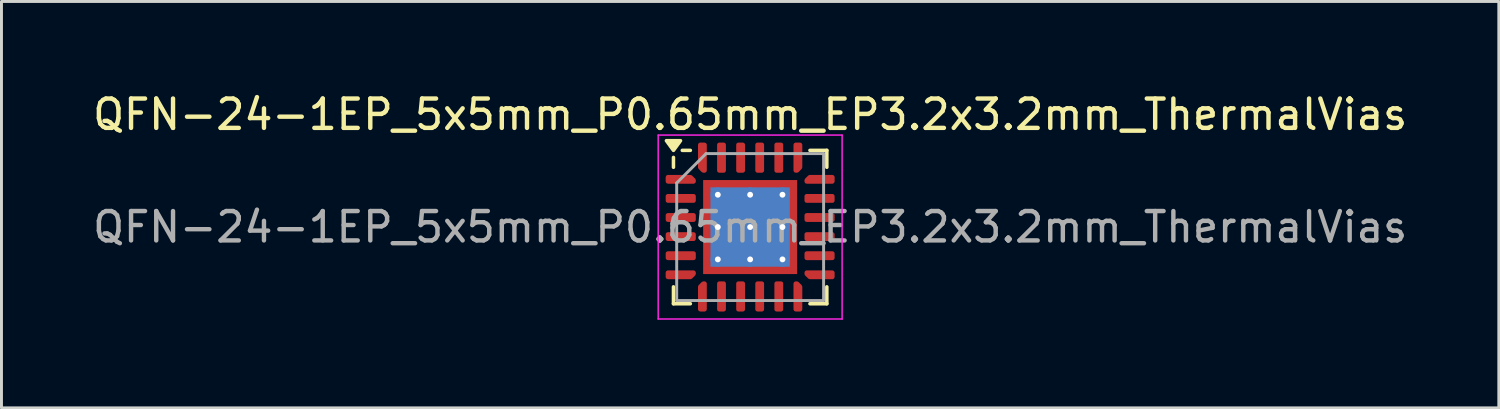
<source format=kicad_pcb>
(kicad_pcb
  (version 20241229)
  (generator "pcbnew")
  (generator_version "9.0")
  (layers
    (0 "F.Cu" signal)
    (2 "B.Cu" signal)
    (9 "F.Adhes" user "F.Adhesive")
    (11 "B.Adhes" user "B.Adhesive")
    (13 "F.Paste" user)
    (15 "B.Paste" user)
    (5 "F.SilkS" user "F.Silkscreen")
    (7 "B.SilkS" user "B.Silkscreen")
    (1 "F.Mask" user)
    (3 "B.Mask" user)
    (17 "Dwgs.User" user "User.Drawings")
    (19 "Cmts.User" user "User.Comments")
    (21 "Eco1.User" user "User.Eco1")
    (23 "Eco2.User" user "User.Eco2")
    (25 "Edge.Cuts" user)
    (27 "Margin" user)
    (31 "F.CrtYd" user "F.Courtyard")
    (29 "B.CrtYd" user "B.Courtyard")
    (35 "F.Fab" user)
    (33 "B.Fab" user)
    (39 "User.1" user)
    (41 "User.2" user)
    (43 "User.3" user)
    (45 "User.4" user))
  (footprint "QFN-24-1EP_5x5mm_P0.65mm_EP3.2x3.2mm_ThermalVias"
    (layer "F.Cu")
    (at 22.482 4.678)
    (property "Reference" "QFN-24-1EP_5x5mm_P0.65mm_EP3.2x3.2mm_ThermalVias" (at 0 -3.83 0) (layer "F.SilkS") (effects (font (size 1 1) (thickness 0.15))))
    (attr smd)
    (fp_line (start -2.61 -2.035) (end -2.61 -2.37) (stroke (width 0.12) (type solid)) (layer "F.SilkS"))
    (fp_line (start -2.61 2.61) (end -2.61 2.035) (stroke (width 0.12) (type solid)) (layer "F.SilkS"))
    (fp_line (start -2.035 -2.61) (end -2.31 -2.61) (stroke (width 0.12) (type solid)) (layer "F.SilkS"))
    (fp_line (start -2.035 2.61) (end -2.61 2.61) (stroke (width 0.12) (type solid)) (layer "F.SilkS"))
    (fp_line (start 2.035 -2.61) (end 2.61 -2.61) (stroke (width 0.12) (type solid)) (layer "F.SilkS"))
    (fp_line (start 2.035 2.61) (end 2.61 2.61) (stroke (width 0.12) (type solid)) (layer "F.SilkS"))
    (fp_line (start 2.61 -2.61) (end 2.61 -2.035) (stroke (width 0.12) (type solid)) (layer "F.SilkS"))
    (fp_line (start 2.61 2.61) (end 2.61 2.035) (stroke (width 0.12) (type solid)) (layer "F.SilkS"))
    (fp_poly (pts (xy -2.61 -2.61) (xy -2.85 -2.94) (xy -2.37 -2.94) (xy -2.61 -2.61)) (stroke (width 0.12) (type solid)) (fill yes) (layer "F.SilkS"))
    (fp_line (start -3.13 -3.13) (end -3.13 3.13) (stroke (width 0.05) (type solid)) (layer "F.CrtYd"))
    (fp_line (start -3.13 3.13) (end 3.13 3.13) (stroke (width 0.05) (type solid)) (layer "F.CrtYd"))
    (fp_line (start 3.13 -3.13) (end -3.13 -3.13) (stroke (width 0.05) (type solid)) (layer "F.CrtYd"))
    (fp_line (start 3.13 3.13) (end 3.13 -3.13) (stroke (width 0.05) (type solid)) (layer "F.CrtYd"))
    (fp_line (start -2.5 -1.5) (end -1.5 -2.5) (stroke (width 0.1) (type solid)) (layer "F.Fab"))
    (fp_line (start -2.5 2.5) (end -2.5 -1.5) (stroke (width 0.1) (type solid)) (layer "F.Fab"))
    (fp_line (start -1.5 -2.5) (end 2.5 -2.5) (stroke (width 0.1) (type solid)) (layer "F.Fab"))
    (fp_line (start 2.5 -2.5) (end 2.5 2.5) (stroke (width 0.1) (type solid)) (layer "F.Fab"))
    (fp_line (start 2.5 2.5) (end -2.5 2.5) (stroke (width 0.1) (type solid)) (layer "F.Fab"))
    (fp_text user "${REFERENCE}" (at 0 0 0) (layer "F.Fab") (effects (font (size 1 1) (thickness 0.15))))
    (pad "" smd custom (at -1.35 -1.35) (size 0.272 0.272) (layers "F.Paste") (options (anchor circle)) (primitives (gr_poly (pts (xy -0.101 -0.101) (xy 0.101 -0.101) (xy 0.101 -0.026) (xy -0.026 0.101) (xy -0.101 0.101)) (width 0.202) (fill yes))))
    (pad "" smd custom (at -1.35 -0.55) (size 0.313 0.313) (layers "F.Paste") (options (anchor circle)) (primitives (gr_poly (pts (xy -0.111 -0.353) (xy 0.036 -0.353) (xy 0.111 -0.278) (xy 0.111 0.278) (xy 0.036 0.353) (xy -0.111 0.353)) (width 0.181) (fill yes))))
    (pad "" smd custom (at -1.35 0.55) (size 0.313 0.313) (layers "F.Paste") (options (anchor circle)) (primitives (gr_poly (pts (xy -0.111 -0.353) (xy 0.036 -0.353) (xy 0.111 -0.278) (xy 0.111 0.278) (xy 0.036 0.353) (xy -0.111 0.353)) (width 0.181) (fill yes))))
    (pad "" smd custom (at -1.35 1.35) (size 0.272 0.272) (layers "F.Paste") (options (anchor circle)) (primitives (gr_poly (pts (xy -0.101 -0.101) (xy -0.026 -0.101) (xy 0.101 0.026) (xy 0.101 0.101) (xy -0.101 0.101)) (width 0.202) (fill yes))))
    (pad "" smd custom (at -0.55 -1.35) (size 0.313 0.313) (layers "F.Paste") (options (anchor circle)) (primitives (gr_poly (pts (xy -0.353 -0.111) (xy 0.353 -0.111) (xy 0.353 0.036) (xy 0.278 0.111) (xy -0.278 0.111) (xy -0.353 0.036)) (width 0.181) (fill yes))))
    (pad "" smd roundrect (at -0.55 -0.55) (size 0.887 0.887) (layers "F.Paste") (roundrect_rratio 0.25))
    (pad "" smd roundrect (at -0.55 0.55) (size 0.887 0.887) (layers "F.Paste") (roundrect_rratio 0.25))
    (pad "" smd custom (at -0.55 1.35) (size 0.313 0.313) (layers "F.Paste") (options (anchor circle)) (primitives (gr_poly (pts (xy -0.353 -0.036) (xy -0.278 -0.111) (xy 0.278 -0.111) (xy 0.353 -0.036) (xy 0.353 0.111) (xy -0.353 0.111)) (width 0.181) (fill yes))))
    (pad "" smd custom (at 0.55 -1.35) (size 0.313 0.313) (layers "F.Paste") (options (anchor circle)) (primitives (gr_poly (pts (xy -0.353 -0.111) (xy 0.353 -0.111) (xy 0.353 0.036) (xy 0.278 0.111) (xy -0.278 0.111) (xy -0.353 0.036)) (width 0.181) (fill yes))))
    (pad "" smd roundrect (at 0.55 -0.55) (size 0.887 0.887) (layers "F.Paste") (roundrect_rratio 0.25))
    (pad "" smd roundrect (at 0.55 0.55) (size 0.887 0.887) (layers "F.Paste") (roundrect_rratio 0.25))
    (pad "" smd custom (at 0.55 1.35) (size 0.313 0.313) (layers "F.Paste") (options (anchor circle)) (primitives (gr_poly (pts (xy -0.353 -0.036) (xy -0.278 -0.111) (xy 0.278 -0.111) (xy 0.353 -0.036) (xy 0.353 0.111) (xy -0.353 0.111)) (width 0.181) (fill yes))))
    (pad "" smd custom (at 1.35 -1.35) (size 0.272 0.272) (layers "F.Paste") (options (anchor circle)) (primitives (gr_poly (pts (xy -0.101 -0.101) (xy 0.101 -0.101) (xy 0.101 0.101) (xy 0.026 0.101) (xy -0.101 -0.026)) (width 0.202) (fill yes))))
    (pad "" smd custom (at 1.35 -0.55) (size 0.313 0.313) (layers "F.Paste") (options (anchor circle)) (primitives (gr_poly (pts (xy -0.111 -0.278) (xy -0.036 -0.353) (xy 0.111 -0.353) (xy 0.111 0.353) (xy -0.036 0.353) (xy -0.111 0.278)) (width 0.181) (fill yes))))
    (pad "" smd custom (at 1.35 0.55) (size 0.313 0.313) (layers "F.Paste") (options (anchor circle)) (primitives (gr_poly (pts (xy -0.111 -0.278) (xy -0.036 -0.353) (xy 0.111 -0.353) (xy 0.111 0.353) (xy -0.036 0.353) (xy -0.111 0.278)) (width 0.181) (fill yes))))
    (pad "" smd custom (at 1.35 1.35) (size 0.272 0.272) (layers "F.Paste") (options (anchor circle)) (primitives (gr_poly (pts (xy -0.101 0.026) (xy 0.026 -0.101) (xy 0.101 -0.101) (xy 0.101 0.101) (xy -0.101 0.101)) (width 0.202) (fill yes))))
    (pad "1" smd custom (at -2.362 -1.625) (size 0.194 0.194) (layers "F.Cu" "F.Mask" "F.Paste") (options (anchor circle)) (primitives (gr_poly (pts (xy -0.438 -0.075) (xy 0.331 -0.075) (xy 0.438 0.031) (xy 0.438 0.075) (xy -0.438 0.075)) (width 0.15) (fill yes))))
    (pad "2" smd roundrect (at -2.362 -0.975) (size 1.025 0.3) (layers "F.Cu" "F.Mask" "F.Paste") (roundrect_rratio 0.25))
    (pad "3" smd roundrect (at -2.362 -0.325) (size 1.025 0.3) (layers "F.Cu" "F.Mask" "F.Paste") (roundrect_rratio 0.25))
    (pad "4" smd roundrect (at -2.362 0.325) (size 1.025 0.3) (layers "F.Cu" "F.Mask" "F.Paste") (roundrect_rratio 0.25))
    (pad "5" smd roundrect (at -2.362 0.975) (size 1.025 0.3) (layers "F.Cu" "F.Mask" "F.Paste") (roundrect_rratio 0.25))
    (pad "6" smd custom (at -2.362 1.625) (size 0.194 0.194) (layers "F.Cu" "F.Mask" "F.Paste") (options (anchor circle)) (primitives (gr_poly (pts (xy -0.438 -0.075) (xy 0.438 -0.075) (xy 0.438 -0.031) (xy 0.331 0.075) (xy -0.438 0.075)) (width 0.15) (fill yes))))
    (pad "7" smd custom (at -1.625 2.362) (size 0.194 0.194) (layers "F.Cu" "F.Mask" "F.Paste") (options (anchor circle)) (primitives (gr_poly (pts (xy -0.075 -0.331) (xy 0.031 -0.438) (xy 0.075 -0.438) (xy 0.075 0.438) (xy -0.075 0.438)) (width 0.15) (fill yes))))
    (pad "8" smd roundrect (at -0.975 2.362) (size 0.3 1.025) (layers "F.Cu" "F.Mask" "F.Paste") (roundrect_rratio 0.25))
    (pad "9" smd roundrect (at -0.325 2.362) (size 0.3 1.025) (layers "F.Cu" "F.Mask" "F.Paste") (roundrect_rratio 0.25))
    (pad "10" smd roundrect (at 0.325 2.362) (size 0.3 1.025) (layers "F.Cu" "F.Mask" "F.Paste") (roundrect_rratio 0.25))
    (pad "11" smd roundrect (at 0.975 2.362) (size 0.3 1.025) (layers "F.Cu" "F.Mask" "F.Paste") (roundrect_rratio 0.25))
    (pad "12" smd custom (at 1.625 2.362) (size 0.194 0.194) (layers "F.Cu" "F.Mask" "F.Paste") (options (anchor circle)) (primitives (gr_poly (pts (xy -0.075 -0.438) (xy -0.031 -0.438) (xy 0.075 -0.331) (xy 0.075 0.438) (xy -0.075 0.438)) (width 0.15) (fill yes))))
    (pad "13" smd custom (at 2.362 1.625) (size 0.194 0.194) (layers "F.Cu" "F.Mask" "F.Paste") (options (anchor circle)) (primitives (gr_poly (pts (xy -0.438 -0.075) (xy 0.438 -0.075) (xy 0.438 0.075) (xy -0.331 0.075) (xy -0.438 -0.031)) (width 0.15) (fill yes))))
    (pad "14" smd roundrect (at 2.362 0.975) (size 1.025 0.3) (layers "F.Cu" "F.Mask" "F.Paste") (roundrect_rratio 0.25))
    (pad "15" smd roundrect (at 2.362 0.325) (size 1.025 0.3) (layers "F.Cu" "F.Mask" "F.Paste") (roundrect_rratio 0.25))
    (pad "16" smd roundrect (at 2.362 -0.325) (size 1.025 0.3) (layers "F.Cu" "F.Mask" "F.Paste") (roundrect_rratio 0.25))
    (pad "17" smd roundrect (at 2.362 -0.975) (size 1.025 0.3) (layers "F.Cu" "F.Mask" "F.Paste") (roundrect_rratio 0.25))
    (pad "18" smd custom (at 2.362 -1.625) (size 0.194 0.194) (layers "F.Cu" "F.Mask" "F.Paste") (options (anchor circle)) (primitives (gr_poly (pts (xy -0.438 0.031) (xy -0.331 -0.075) (xy 0.438 -0.075) (xy 0.438 0.075) (xy -0.438 0.075)) (width 0.15) (fill yes))))
    (pad "19" smd custom (at 1.625 -2.362) (size 0.194 0.194) (layers "F.Cu" "F.Mask" "F.Paste") (options (anchor circle)) (primitives (gr_poly (pts (xy -0.075 -0.438) (xy 0.075 -0.438) (xy 0.075 0.331) (xy -0.031 0.438) (xy -0.075 0.438)) (width 0.15) (fill yes))))
    (pad "20" smd roundrect (at 0.975 -2.362) (size 0.3 1.025) (layers "F.Cu" "F.Mask" "F.Paste") (roundrect_rratio 0.25))
    (pad "21" smd roundrect (at 0.325 -2.362) (size 0.3 1.025) (layers "F.Cu" "F.Mask" "F.Paste") (roundrect_rratio 0.25))
    (pad "22" smd roundrect (at -0.325 -2.362) (size 0.3 1.025) (layers "F.Cu" "F.Mask" "F.Paste") (roundrect_rratio 0.25))
    (pad "23" smd roundrect (at -0.975 -2.362) (size 0.3 1.025) (layers "F.Cu" "F.Mask" "F.Paste") (roundrect_rratio 0.25))
    (pad "24" smd custom (at -1.625 -2.362) (size 0.194 0.194) (layers "F.Cu" "F.Mask" "F.Paste") (options (anchor circle)) (primitives (gr_poly (pts (xy -0.075 -0.438) (xy 0.075 -0.438) (xy 0.075 0.438) (xy 0.031 0.438) (xy -0.075 0.331)) (width 0.15) (fill yes))))
    (pad "25" thru_hole circle (at -1.1 -1.1) (size 0.5 0.5) (drill 0.2) (property pad_prop_heatsink) (layers "*.Cu"))
    (pad "25" thru_hole circle (at -1.1 0) (size 0.5 0.5) (drill 0.2) (property pad_prop_heatsink) (layers "*.Cu"))
    (pad "25" thru_hole circle (at -1.1 1.1) (size 0.5 0.5) (drill 0.2) (property pad_prop_heatsink) (layers "*.Cu"))
    (pad "25" thru_hole circle (at 0 -1.1) (size 0.5 0.5) (drill 0.2) (property pad_prop_heatsink) (layers "*.Cu"))
    (pad "25" thru_hole circle (at 0 0) (size 0.5 0.5) (drill 0.2) (property pad_prop_heatsink) (layers "*.Cu"))
    (pad "25" smd rect (at 0 0) (size 2.7 2.7) (property pad_prop_heatsink) (layers "B.Cu"))
    (pad "25" smd rect (at 0 0) (size 3.2 3.2) (property pad_prop_heatsink) (layers "F.Cu" "F.Mask"))
    (pad "25" thru_hole circle (at 0 1.1) (size 0.5 0.5) (drill 0.2) (property pad_prop_heatsink) (layers "*.Cu"))
    (pad "25" thru_hole circle (at 1.1 -1.1) (size 0.5 0.5) (drill 0.2) (property pad_prop_heatsink) (layers "*.Cu"))
    (pad "25" thru_hole circle (at 1.1 0) (size 0.5 0.5) (drill 0.2) (property pad_prop_heatsink) (layers "*.Cu"))
    (pad "25" thru_hole circle (at 1.1 1.1) (size 0.5 0.5) (drill 0.2) (property pad_prop_heatsink) (layers "*.Cu")))
  (gr_rect
    (start -3 -3)
    (end 47.964 10.833)
    (stroke (width 0.1) (type default))
    (fill no)
    (layer "Edge.Cuts")))
</source>
